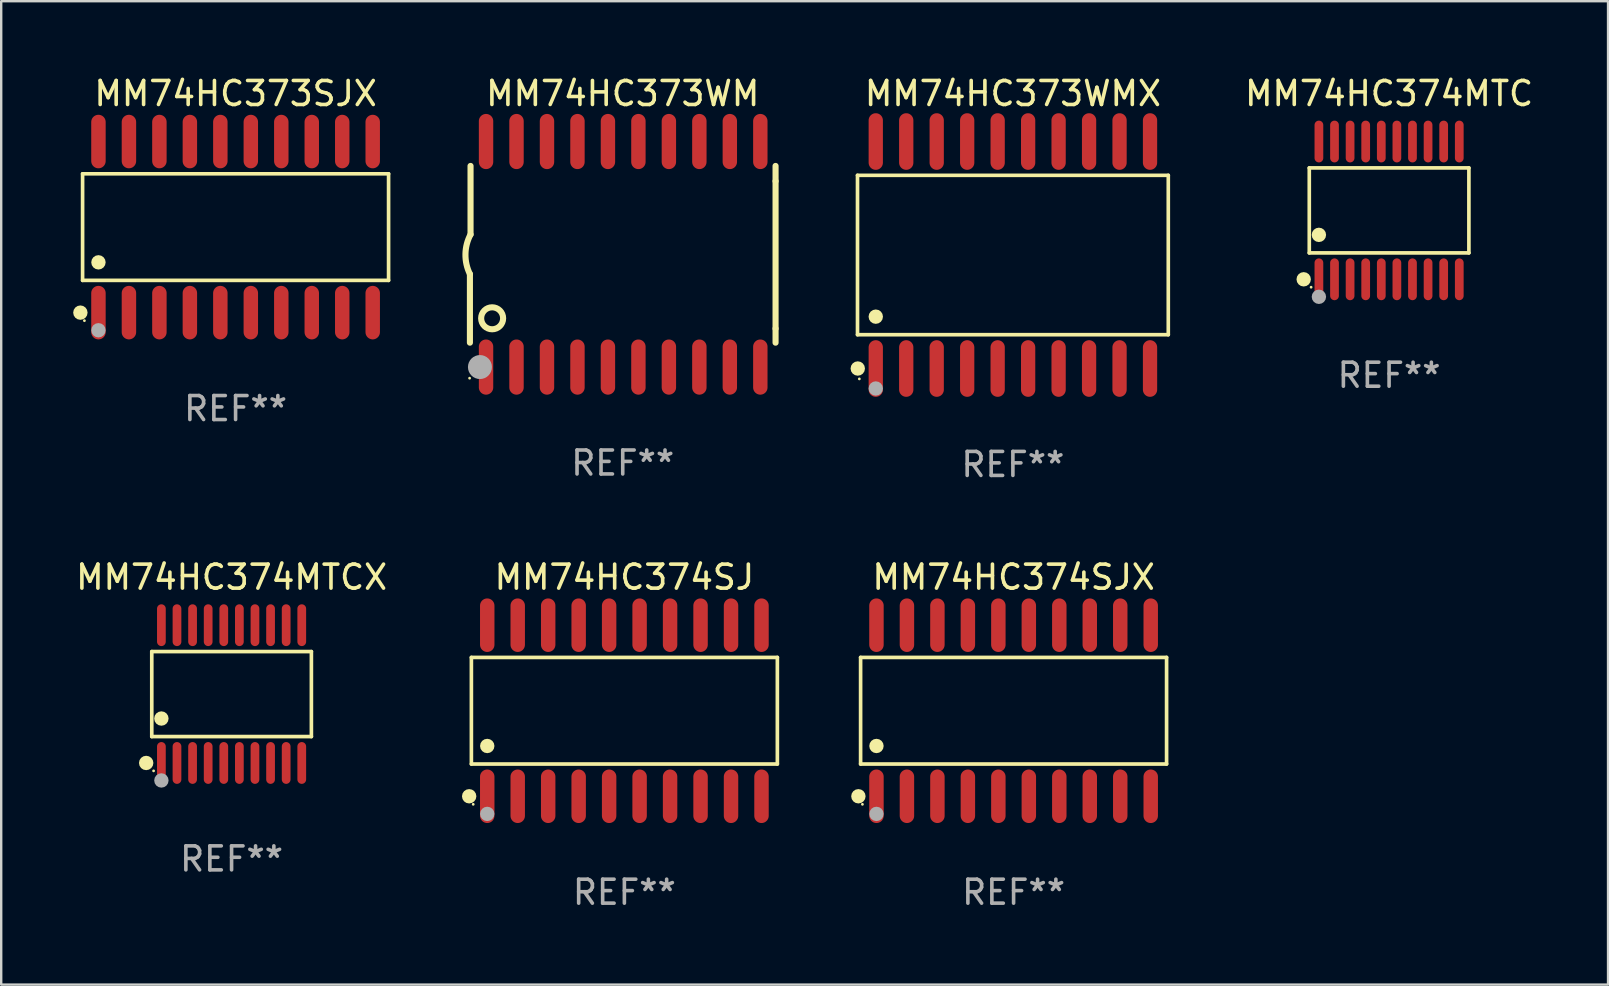
<source format=kicad_pcb>
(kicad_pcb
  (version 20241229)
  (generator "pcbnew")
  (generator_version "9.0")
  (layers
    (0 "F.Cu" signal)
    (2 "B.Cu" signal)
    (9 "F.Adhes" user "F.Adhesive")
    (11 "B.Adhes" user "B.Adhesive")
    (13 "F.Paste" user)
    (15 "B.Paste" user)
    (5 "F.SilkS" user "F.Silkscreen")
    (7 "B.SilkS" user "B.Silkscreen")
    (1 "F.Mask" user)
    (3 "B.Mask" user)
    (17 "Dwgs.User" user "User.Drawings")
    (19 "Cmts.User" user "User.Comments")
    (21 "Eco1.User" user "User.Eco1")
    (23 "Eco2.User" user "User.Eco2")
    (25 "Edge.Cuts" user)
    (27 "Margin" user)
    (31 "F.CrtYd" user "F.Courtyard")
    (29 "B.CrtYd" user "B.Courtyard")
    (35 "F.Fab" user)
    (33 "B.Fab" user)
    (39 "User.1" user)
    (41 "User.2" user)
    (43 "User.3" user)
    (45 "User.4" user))
  (footprint "MM74HC374MTCX"
    (layer "F.Cu")
    (at 6.601 25.876)
    (property "Reference" "MM74HC374MTCX" (at 0 -4.871 0) (layer "F.SilkS") (effects (font (size 1 1) (thickness 0.15))))
    (attr through_hole)
    (fp_line (start -3.326 -1.771) (end 3.326 -1.771) (stroke (width 0.152) (type solid)) (layer "F.SilkS"))
    (fp_line (start -3.326 1.771) (end -3.326 -1.771) (stroke (width 0.152) (type solid)) (layer "F.SilkS"))
    (fp_line (start 3.326 -1.771) (end 3.326 1.771) (stroke (width 0.152) (type solid)) (layer "F.SilkS"))
    (fp_line (start 3.326 1.771) (end -3.326 1.771) (stroke (width 0.152) (type solid)) (layer "F.SilkS"))
    (fp_circle (center -3.559 2.871) (end -3.409 2.871) (stroke (width 0.3) (type solid)) (fill no) (layer "F.SilkS"))
    (fp_circle (center -3.25 3.2) (end -3.22 3.2) (stroke (width 0.06) (type solid)) (fill no) (layer "F.SilkS"))
    (fp_circle (center -2.925 1.019) (end -2.775 1.019) (stroke (width 0.3) (type solid)) (fill no) (layer "F.SilkS"))
    (fp_circle (center -2.925 3.6) (end -2.775 3.6) (stroke (width 0.3) (type solid)) (fill no) (layer "F.Fab"))
    (fp_text user "REF**" (at 0 6.871 0) (layer "F.Fab") (effects (font (size 1 1) (thickness 0.15))))
    (pad "1" smd oval (at -2.925 2.871) (size 0.364 1.742) (layers "F.Cu" "F.Mask" "F.Paste"))
    (pad "2" smd oval (at -2.275 2.871) (size 0.364 1.742) (layers "F.Cu" "F.Mask" "F.Paste"))
    (pad "3" smd oval (at -1.625 2.871) (size 0.364 1.742) (layers "F.Cu" "F.Mask" "F.Paste"))
    (pad "4" smd oval (at -0.975 2.871) (size 0.364 1.742) (layers "F.Cu" "F.Mask" "F.Paste"))
    (pad "5" smd oval (at -0.325 2.871) (size 0.364 1.742) (layers "F.Cu" "F.Mask" "F.Paste"))
    (pad "6" smd oval (at 0.325 2.871) (size 0.364 1.742) (layers "F.Cu" "F.Mask" "F.Paste"))
    (pad "7" smd oval (at 0.975 2.871) (size 0.364 1.742) (layers "F.Cu" "F.Mask" "F.Paste"))
    (pad "8" smd oval (at 1.625 2.871) (size 0.364 1.742) (layers "F.Cu" "F.Mask" "F.Paste"))
    (pad "9" smd oval (at 2.275 2.871) (size 0.364 1.742) (layers "F.Cu" "F.Mask" "F.Paste"))
    (pad "10" smd oval (at 2.925 2.871) (size 0.364 1.742) (layers "F.Cu" "F.Mask" "F.Paste"))
    (pad "11" smd oval (at 2.925 -2.871) (size 0.364 1.742) (layers "F.Cu" "F.Mask" "F.Paste"))
    (pad "12" smd oval (at 2.275 -2.871) (size 0.364 1.742) (layers "F.Cu" "F.Mask" "F.Paste"))
    (pad "13" smd oval (at 1.625 -2.871) (size 0.364 1.742) (layers "F.Cu" "F.Mask" "F.Paste"))
    (pad "14" smd oval (at 0.975 -2.871) (size 0.364 1.742) (layers "F.Cu" "F.Mask" "F.Paste"))
    (pad "15" smd oval (at 0.325 -2.871) (size 0.364 1.742) (layers "F.Cu" "F.Mask" "F.Paste"))
    (pad "16" smd oval (at -0.325 -2.871) (size 0.364 1.742) (layers "F.Cu" "F.Mask" "F.Paste"))
    (pad "17" smd oval (at -0.975 -2.871) (size 0.364 1.742) (layers "F.Cu" "F.Mask" "F.Paste"))
    (pad "18" smd oval (at -1.625 -2.871) (size 0.364 1.742) (layers "F.Cu" "F.Mask" "F.Paste"))
    (pad "19" smd oval (at -2.275 -2.871) (size 0.364 1.742) (layers "F.Cu" "F.Mask" "F.Paste"))
    (pad "20" smd oval (at -2.925 -2.871) (size 0.364 1.742) (layers "F.Cu" "F.Mask" "F.Paste")))
  (footprint "MM74HC373WMX"
    (layer "F.Cu")
    (at 39.163 7.578)
    (property "Reference" "MM74HC373WMX" (at 0 -6.73 0) (layer "F.SilkS") (effects (font (size 1 1) (thickness 0.15))))
    (attr through_hole)
    (fp_line (start -6.476 -3.321) (end 6.476 -3.321) (stroke (width 0.152) (type solid)) (layer "F.SilkS"))
    (fp_line (start -6.476 3.321) (end -6.476 -3.321) (stroke (width 0.152) (type solid)) (layer "F.SilkS"))
    (fp_line (start 6.476 -3.321) (end 6.476 3.321) (stroke (width 0.152) (type solid)) (layer "F.SilkS"))
    (fp_line (start 6.476 3.321) (end -6.476 3.321) (stroke (width 0.152) (type solid)) (layer "F.SilkS"))
    (fp_circle (center -6.465 4.73) (end -6.315 4.73) (stroke (width 0.3) (type solid)) (fill no) (layer "F.SilkS"))
    (fp_circle (center -6.4 5.163) (end -6.37 5.163) (stroke (width 0.06) (type solid)) (fill no) (layer "F.SilkS"))
    (fp_circle (center -5.715 2.569) (end -5.565 2.569) (stroke (width 0.3) (type solid)) (fill no) (layer "F.SilkS"))
    (fp_circle (center -5.715 5.563) (end -5.565 5.563) (stroke (width 0.3) (type solid)) (fill no) (layer "F.Fab"))
    (fp_text user "REF**" (at 0 8.73 0) (layer "F.Fab") (effects (font (size 1 1) (thickness 0.15))))
    (pad "1" smd oval (at -5.715 4.73) (size 0.595 2.36) (layers "F.Cu" "F.Mask" "F.Paste"))
    (pad "2" smd oval (at -4.445 4.73) (size 0.595 2.36) (layers "F.Cu" "F.Mask" "F.Paste"))
    (pad "3" smd oval (at -3.175 4.73) (size 0.595 2.36) (layers "F.Cu" "F.Mask" "F.Paste"))
    (pad "4" smd oval (at -1.905 4.73) (size 0.595 2.36) (layers "F.Cu" "F.Mask" "F.Paste"))
    (pad "5" smd oval (at -0.635 4.73) (size 0.595 2.36) (layers "F.Cu" "F.Mask" "F.Paste"))
    (pad "6" smd oval (at 0.635 4.73) (size 0.595 2.36) (layers "F.Cu" "F.Mask" "F.Paste"))
    (pad "7" smd oval (at 1.905 4.73) (size 0.595 2.36) (layers "F.Cu" "F.Mask" "F.Paste"))
    (pad "8" smd oval (at 3.175 4.73) (size 0.595 2.36) (layers "F.Cu" "F.Mask" "F.Paste"))
    (pad "9" smd oval (at 4.445 4.73) (size 0.595 2.36) (layers "F.Cu" "F.Mask" "F.Paste"))
    (pad "10" smd oval (at 5.715 4.73) (size 0.595 2.36) (layers "F.Cu" "F.Mask" "F.Paste"))
    (pad "11" smd oval (at 5.715 -4.73) (size 0.595 2.36) (layers "F.Cu" "F.Mask" "F.Paste"))
    (pad "12" smd oval (at 4.445 -4.73) (size 0.595 2.36) (layers "F.Cu" "F.Mask" "F.Paste"))
    (pad "13" smd oval (at 3.175 -4.73) (size 0.595 2.36) (layers "F.Cu" "F.Mask" "F.Paste"))
    (pad "14" smd oval (at 1.905 -4.73) (size 0.595 2.36) (layers "F.Cu" "F.Mask" "F.Paste"))
    (pad "15" smd oval (at 0.635 -4.73) (size 0.595 2.36) (layers "F.Cu" "F.Mask" "F.Paste"))
    (pad "16" smd oval (at -0.635 -4.73) (size 0.595 2.36) (layers "F.Cu" "F.Mask" "F.Paste"))
    (pad "17" smd oval (at -1.905 -4.73) (size 0.595 2.36) (layers "F.Cu" "F.Mask" "F.Paste"))
    (pad "18" smd oval (at -3.175 -4.73) (size 0.595 2.36) (layers "F.Cu" "F.Mask" "F.Paste"))
    (pad "19" smd oval (at -4.445 -4.73) (size 0.595 2.36) (layers "F.Cu" "F.Mask" "F.Paste"))
    (pad "20" smd oval (at -5.715 -4.73) (size 0.595 2.36) (layers "F.Cu" "F.Mask" "F.Paste")))
  (footprint "MM74HC373WM"
    (layer "F.Cu")
    (at 22.903 7.548)
    (property "Reference" "MM74HC373WM" (at 0 -6.7 0) (layer "F.SilkS") (effects (font (size 1 1) (thickness 0.15))))
    (attr through_hole)
    (fp_line (start -6.369 0.826) (end -6.369 3.683) (stroke (width 0.254) (type solid)) (layer "F.SilkS"))
    (fp_line (start -6.343 -0.825) (end -6.343 -3.683) (stroke (width 0.254) (type solid)) (layer "F.SilkS"))
    (fp_line (start 6.369 -3.048) (end 6.369 -3.683) (stroke (width 0.254) (type solid)) (layer "F.SilkS"))
    (fp_line (start 6.369 -3.048) (end 6.369 3.096) (stroke (width 0.254) (type solid)) (layer "F.SilkS"))
    (fp_line (start 6.369 3.096) (end 6.369 3.683) (stroke (width 0.254) (type solid)) (layer "F.SilkS"))
    (fp_arc (start -6.36853 0.825552) (mid -6.554743 -0.00301) (end -6.343129 -0.825451) (stroke (width 0.254001) (type solid)) (layer "F.SilkS"))
    (fp_circle (center -6.382 5.163) (end -6.352 5.163) (stroke (width 0.06) (type solid)) (fill no) (layer "F.SilkS"))
    (fp_circle (center -5.443 2.667) (end -4.985 2.667) (stroke (width 0.254) (type solid)) (fill no) (layer "F.SilkS"))
    (fp_circle (center -5.951 4.699) (end -5.701 4.699) (stroke (width 0.5) (type solid)) (fill no) (layer "F.Fab"))
    (fp_text user "REF**" (at 0 8.7 0) (layer "F.Fab") (effects (font (size 1 1) (thickness 0.15))))
    (pad "1" smd oval (at -5.697 4.7 180) (size 0.6 2.3) (layers "F.Cu" "F.Mask" "F.Paste"))
    (pad "2" smd oval (at -4.427 4.7 180) (size 0.6 2.3) (layers "F.Cu" "F.Mask" "F.Paste"))
    (pad "3" smd oval (at -3.157 4.7 180) (size 0.6 2.3) (layers "F.Cu" "F.Mask" "F.Paste"))
    (pad "4" smd oval (at -1.887 4.7 180) (size 0.6 2.3) (layers "F.Cu" "F.Mask" "F.Paste"))
    (pad "5" smd oval (at -0.617 4.7 180) (size 0.6 2.3) (layers "F.Cu" "F.Mask" "F.Paste"))
    (pad "6" smd oval (at 0.653 4.7 180) (size 0.6 2.3) (layers "F.Cu" "F.Mask" "F.Paste"))
    (pad "7" smd oval (at 1.923 4.7 180) (size 0.6 2.3) (layers "F.Cu" "F.Mask" "F.Paste"))
    (pad "8" smd oval (at 3.193 4.7 180) (size 0.6 2.3) (layers "F.Cu" "F.Mask" "F.Paste"))
    (pad "9" smd oval (at 4.463 4.7 180) (size 0.6 2.3) (layers "F.Cu" "F.Mask" "F.Paste"))
    (pad "10" smd oval (at 5.734 4.7 180) (size 0.6 2.3) (layers "F.Cu" "F.Mask" "F.Paste"))
    (pad "11" smd oval (at 5.734 -4.7 180) (size 0.6 2.3) (layers "F.Cu" "F.Mask" "F.Paste"))
    (pad "12" smd oval (at 4.463 -4.7 180) (size 0.6 2.3) (layers "F.Cu" "F.Mask" "F.Paste"))
    (pad "13" smd oval (at 3.193 -4.7 180) (size 0.6 2.3) (layers "F.Cu" "F.Mask" "F.Paste"))
    (pad "14" smd oval (at 1.923 -4.7 180) (size 0.6 2.3) (layers "F.Cu" "F.Mask" "F.Paste"))
    (pad "15" smd oval (at 0.653 -4.7 180) (size 0.6 2.3) (layers "F.Cu" "F.Mask" "F.Paste"))
    (pad "16" smd oval (at -0.617 -4.7 180) (size 0.6 2.3) (layers "F.Cu" "F.Mask" "F.Paste"))
    (pad "17" smd oval (at -1.887 -4.7 180) (size 0.6 2.3) (layers "F.Cu" "F.Mask" "F.Paste"))
    (pad "18" smd oval (at -3.157 -4.7 180) (size 0.6 2.3) (layers "F.Cu" "F.Mask" "F.Paste"))
    (pad "19" smd oval (at -4.427 -4.7 180) (size 0.6 2.3) (layers "F.Cu" "F.Mask" "F.Paste"))
    (pad "20" smd oval (at -5.697 -4.7 180) (size 0.6 2.3) (layers "F.Cu" "F.Mask" "F.Paste")))
  (footprint "MM74HC374SJ"
    (layer "F.Cu")
    (at 22.971 26.57)
    (property "Reference" "MM74HC374SJ" (at 0 -5.565 0) (layer "F.SilkS") (effects (font (size 1 1) (thickness 0.15))))
    (attr through_hole)
    (fp_line (start -6.376 -2.221) (end 6.376 -2.221) (stroke (width 0.152) (type solid)) (layer "F.SilkS"))
    (fp_line (start -6.376 2.221) (end -6.376 -2.221) (stroke (width 0.152) (type solid)) (layer "F.SilkS"))
    (fp_line (start 6.376 -2.221) (end 6.376 2.221) (stroke (width 0.152) (type solid)) (layer "F.SilkS"))
    (fp_line (start 6.376 2.221) (end -6.376 2.221) (stroke (width 0.152) (type solid)) (layer "F.SilkS"))
    (fp_circle (center -6.468 3.565) (end -6.318 3.565) (stroke (width 0.3) (type solid)) (fill no) (layer "F.SilkS"))
    (fp_circle (center -6.3 3.9) (end -6.27 3.9) (stroke (width 0.06) (type solid)) (fill no) (layer "F.SilkS"))
    (fp_circle (center -5.715 1.469) (end -5.565 1.469) (stroke (width 0.3) (type solid)) (fill no) (layer "F.SilkS"))
    (fp_circle (center -5.715 4.3) (end -5.565 4.3) (stroke (width 0.3) (type solid)) (fill no) (layer "F.Fab"))
    (fp_text user "REF**" (at 0 7.565 0) (layer "F.Fab") (effects (font (size 1 1) (thickness 0.15))))
    (pad "1" smd oval (at -5.715 3.565) (size 0.602 2.231) (layers "F.Cu" "F.Mask" "F.Paste"))
    (pad "2" smd oval (at -4.445 3.565) (size 0.602 2.231) (layers "F.Cu" "F.Mask" "F.Paste"))
    (pad "3" smd oval (at -3.175 3.565) (size 0.602 2.231) (layers "F.Cu" "F.Mask" "F.Paste"))
    (pad "4" smd oval (at -1.905 3.565) (size 0.602 2.231) (layers "F.Cu" "F.Mask" "F.Paste"))
    (pad "5" smd oval (at -0.635 3.565) (size 0.602 2.231) (layers "F.Cu" "F.Mask" "F.Paste"))
    (pad "6" smd oval (at 0.635 3.565) (size 0.602 2.231) (layers "F.Cu" "F.Mask" "F.Paste"))
    (pad "7" smd oval (at 1.905 3.565) (size 0.602 2.231) (layers "F.Cu" "F.Mask" "F.Paste"))
    (pad "8" smd oval (at 3.175 3.565) (size 0.602 2.231) (layers "F.Cu" "F.Mask" "F.Paste"))
    (pad "9" smd oval (at 4.445 3.565) (size 0.602 2.231) (layers "F.Cu" "F.Mask" "F.Paste"))
    (pad "10" smd oval (at 5.715 3.565) (size 0.602 2.231) (layers "F.Cu" "F.Mask" "F.Paste"))
    (pad "11" smd oval (at 5.715 -3.565) (size 0.602 2.231) (layers "F.Cu" "F.Mask" "F.Paste"))
    (pad "12" smd oval (at 4.445 -3.565) (size 0.602 2.231) (layers "F.Cu" "F.Mask" "F.Paste"))
    (pad "13" smd oval (at 3.175 -3.565) (size 0.602 2.231) (layers "F.Cu" "F.Mask" "F.Paste"))
    (pad "14" smd oval (at 1.905 -3.565) (size 0.602 2.231) (layers "F.Cu" "F.Mask" "F.Paste"))
    (pad "15" smd oval (at 0.635 -3.565) (size 0.602 2.231) (layers "F.Cu" "F.Mask" "F.Paste"))
    (pad "16" smd oval (at -0.635 -3.565) (size 0.602 2.231) (layers "F.Cu" "F.Mask" "F.Paste"))
    (pad "17" smd oval (at -1.905 -3.565) (size 0.602 2.231) (layers "F.Cu" "F.Mask" "F.Paste"))
    (pad "18" smd oval (at -3.175 -3.565) (size 0.602 2.231) (layers "F.Cu" "F.Mask" "F.Paste"))
    (pad "19" smd oval (at -4.445 -3.565) (size 0.602 2.231) (layers "F.Cu" "F.Mask" "F.Paste"))
    (pad "20" smd oval (at -5.715 -3.565) (size 0.602 2.231) (layers "F.Cu" "F.Mask" "F.Paste")))
  (footprint "MM74HC374MTC"
    (layer "F.Cu")
    (at 54.841 5.719)
    (property "Reference" "MM74HC374MTC" (at 0 -4.871 0) (layer "F.SilkS") (effects (font (size 1 1) (thickness 0.15))))
    (attr through_hole)
    (fp_line (start -3.326 -1.771) (end 3.326 -1.771) (stroke (width 0.152) (type solid)) (layer "F.SilkS"))
    (fp_line (start -3.326 1.771) (end -3.326 -1.771) (stroke (width 0.152) (type solid)) (layer "F.SilkS"))
    (fp_line (start 3.326 -1.771) (end 3.326 1.771) (stroke (width 0.152) (type solid)) (layer "F.SilkS"))
    (fp_line (start 3.326 1.771) (end -3.326 1.771) (stroke (width 0.152) (type solid)) (layer "F.SilkS"))
    (fp_circle (center -3.559 2.871) (end -3.409 2.871) (stroke (width 0.3) (type solid)) (fill no) (layer "F.SilkS"))
    (fp_circle (center -3.25 3.2) (end -3.22 3.2) (stroke (width 0.06) (type solid)) (fill no) (layer "F.SilkS"))
    (fp_circle (center -2.925 1.019) (end -2.775 1.019) (stroke (width 0.3) (type solid)) (fill no) (layer "F.SilkS"))
    (fp_circle (center -2.925 3.6) (end -2.775 3.6) (stroke (width 0.3) (type solid)) (fill no) (layer "F.Fab"))
    (fp_text user "REF**" (at 0 6.871 0) (layer "F.Fab") (effects (font (size 1 1) (thickness 0.15))))
    (pad "1" smd oval (at -2.925 2.871) (size 0.364 1.742) (layers "F.Cu" "F.Mask" "F.Paste"))
    (pad "2" smd oval (at -2.275 2.871) (size 0.364 1.742) (layers "F.Cu" "F.Mask" "F.Paste"))
    (pad "3" smd oval (at -1.625 2.871) (size 0.364 1.742) (layers "F.Cu" "F.Mask" "F.Paste"))
    (pad "4" smd oval (at -0.975 2.871) (size 0.364 1.742) (layers "F.Cu" "F.Mask" "F.Paste"))
    (pad "5" smd oval (at -0.325 2.871) (size 0.364 1.742) (layers "F.Cu" "F.Mask" "F.Paste"))
    (pad "6" smd oval (at 0.325 2.871) (size 0.364 1.742) (layers "F.Cu" "F.Mask" "F.Paste"))
    (pad "7" smd oval (at 0.975 2.871) (size 0.364 1.742) (layers "F.Cu" "F.Mask" "F.Paste"))
    (pad "8" smd oval (at 1.625 2.871) (size 0.364 1.742) (layers "F.Cu" "F.Mask" "F.Paste"))
    (pad "9" smd oval (at 2.275 2.871) (size 0.364 1.742) (layers "F.Cu" "F.Mask" "F.Paste"))
    (pad "10" smd oval (at 2.925 2.871) (size 0.364 1.742) (layers "F.Cu" "F.Mask" "F.Paste"))
    (pad "11" smd oval (at 2.925 -2.871) (size 0.364 1.742) (layers "F.Cu" "F.Mask" "F.Paste"))
    (pad "12" smd oval (at 2.275 -2.871) (size 0.364 1.742) (layers "F.Cu" "F.Mask" "F.Paste"))
    (pad "13" smd oval (at 1.625 -2.871) (size 0.364 1.742) (layers "F.Cu" "F.Mask" "F.Paste"))
    (pad "14" smd oval (at 0.975 -2.871) (size 0.364 1.742) (layers "F.Cu" "F.Mask" "F.Paste"))
    (pad "15" smd oval (at 0.325 -2.871) (size 0.364 1.742) (layers "F.Cu" "F.Mask" "F.Paste"))
    (pad "16" smd oval (at -0.325 -2.871) (size 0.364 1.742) (layers "F.Cu" "F.Mask" "F.Paste"))
    (pad "17" smd oval (at -0.975 -2.871) (size 0.364 1.742) (layers "F.Cu" "F.Mask" "F.Paste"))
    (pad "18" smd oval (at -1.625 -2.871) (size 0.364 1.742) (layers "F.Cu" "F.Mask" "F.Paste"))
    (pad "19" smd oval (at -2.275 -2.871) (size 0.364 1.742) (layers "F.Cu" "F.Mask" "F.Paste"))
    (pad "20" smd oval (at -2.925 -2.871) (size 0.364 1.742) (layers "F.Cu" "F.Mask" "F.Paste")))
  (footprint "MM74HC374SJX"
    (layer "F.Cu")
    (at 39.192 26.57)
    (property "Reference" "MM74HC374SJX" (at 0 -5.565 0) (layer "F.SilkS") (effects (font (size 1 1) (thickness 0.15))))
    (attr through_hole)
    (fp_line (start -6.376 -2.221) (end 6.376 -2.221) (stroke (width 0.152) (type solid)) (layer "F.SilkS"))
    (fp_line (start -6.376 2.221) (end -6.376 -2.221) (stroke (width 0.152) (type solid)) (layer "F.SilkS"))
    (fp_line (start 6.376 -2.221) (end 6.376 2.221) (stroke (width 0.152) (type solid)) (layer "F.SilkS"))
    (fp_line (start 6.376 2.221) (end -6.376 2.221) (stroke (width 0.152) (type solid)) (layer "F.SilkS"))
    (fp_circle (center -6.468 3.565) (end -6.318 3.565) (stroke (width 0.3) (type solid)) (fill no) (layer "F.SilkS"))
    (fp_circle (center -6.3 3.9) (end -6.27 3.9) (stroke (width 0.06) (type solid)) (fill no) (layer "F.SilkS"))
    (fp_circle (center -5.715 1.469) (end -5.565 1.469) (stroke (width 0.3) (type solid)) (fill no) (layer "F.SilkS"))
    (fp_circle (center -5.715 4.3) (end -5.565 4.3) (stroke (width 0.3) (type solid)) (fill no) (layer "F.Fab"))
    (fp_text user "REF**" (at 0 7.565 0) (layer "F.Fab") (effects (font (size 1 1) (thickness 0.15))))
    (pad "1" smd oval (at -5.715 3.565) (size 0.602 2.231) (layers "F.Cu" "F.Mask" "F.Paste"))
    (pad "2" smd oval (at -4.445 3.565) (size 0.602 2.231) (layers "F.Cu" "F.Mask" "F.Paste"))
    (pad "3" smd oval (at -3.175 3.565) (size 0.602 2.231) (layers "F.Cu" "F.Mask" "F.Paste"))
    (pad "4" smd oval (at -1.905 3.565) (size 0.602 2.231) (layers "F.Cu" "F.Mask" "F.Paste"))
    (pad "5" smd oval (at -0.635 3.565) (size 0.602 2.231) (layers "F.Cu" "F.Mask" "F.Paste"))
    (pad "6" smd oval (at 0.635 3.565) (size 0.602 2.231) (layers "F.Cu" "F.Mask" "F.Paste"))
    (pad "7" smd oval (at 1.905 3.565) (size 0.602 2.231) (layers "F.Cu" "F.Mask" "F.Paste"))
    (pad "8" smd oval (at 3.175 3.565) (size 0.602 2.231) (layers "F.Cu" "F.Mask" "F.Paste"))
    (pad "9" smd oval (at 4.445 3.565) (size 0.602 2.231) (layers "F.Cu" "F.Mask" "F.Paste"))
    (pad "10" smd oval (at 5.715 3.565) (size 0.602 2.231) (layers "F.Cu" "F.Mask" "F.Paste"))
    (pad "11" smd oval (at 5.715 -3.565) (size 0.602 2.231) (layers "F.Cu" "F.Mask" "F.Paste"))
    (pad "12" smd oval (at 4.445 -3.565) (size 0.602 2.231) (layers "F.Cu" "F.Mask" "F.Paste"))
    (pad "13" smd oval (at 3.175 -3.565) (size 0.602 2.231) (layers "F.Cu" "F.Mask" "F.Paste"))
    (pad "14" smd oval (at 1.905 -3.565) (size 0.602 2.231) (layers "F.Cu" "F.Mask" "F.Paste"))
    (pad "15" smd oval (at 0.635 -3.565) (size 0.602 2.231) (layers "F.Cu" "F.Mask" "F.Paste"))
    (pad "16" smd oval (at -0.635 -3.565) (size 0.602 2.231) (layers "F.Cu" "F.Mask" "F.Paste"))
    (pad "17" smd oval (at -1.905 -3.565) (size 0.602 2.231) (layers "F.Cu" "F.Mask" "F.Paste"))
    (pad "18" smd oval (at -3.175 -3.565) (size 0.602 2.231) (layers "F.Cu" "F.Mask" "F.Paste"))
    (pad "19" smd oval (at -4.445 -3.565) (size 0.602 2.231) (layers "F.Cu" "F.Mask" "F.Paste"))
    (pad "20" smd oval (at -5.715 -3.565) (size 0.602 2.231) (layers "F.Cu" "F.Mask" "F.Paste")))
  (footprint "MM74HC373SJX"
    (layer "F.Cu")
    (at 6.768 6.414)
    (property "Reference" "MM74HC373SJX" (at 0 -5.565 0) (layer "F.SilkS") (effects (font (size 1 1) (thickness 0.15))))
    (attr through_hole)
    (fp_line (start -6.376 -2.221) (end 6.376 -2.221) (stroke (width 0.152) (type solid)) (layer "F.SilkS"))
    (fp_line (start -6.376 2.221) (end -6.376 -2.221) (stroke (width 0.152) (type solid)) (layer "F.SilkS"))
    (fp_line (start 6.376 -2.221) (end 6.376 2.221) (stroke (width 0.152) (type solid)) (layer "F.SilkS"))
    (fp_line (start 6.376 2.221) (end -6.376 2.221) (stroke (width 0.152) (type solid)) (layer "F.SilkS"))
    (fp_circle (center -6.468 3.565) (end -6.318 3.565) (stroke (width 0.3) (type solid)) (fill no) (layer "F.SilkS"))
    (fp_circle (center -6.3 3.9) (end -6.27 3.9) (stroke (width 0.06) (type solid)) (fill no) (layer "F.SilkS"))
    (fp_circle (center -5.715 1.469) (end -5.565 1.469) (stroke (width 0.3) (type solid)) (fill no) (layer "F.SilkS"))
    (fp_circle (center -5.715 4.3) (end -5.565 4.3) (stroke (width 0.3) (type solid)) (fill no) (layer "F.Fab"))
    (fp_text user "REF**" (at 0 7.565 0) (layer "F.Fab") (effects (font (size 1 1) (thickness 0.15))))
    (pad "1" smd oval (at -5.715 3.565) (size 0.602 2.231) (layers "F.Cu" "F.Mask" "F.Paste"))
    (pad "2" smd oval (at -4.445 3.565) (size 0.602 2.231) (layers "F.Cu" "F.Mask" "F.Paste"))
    (pad "3" smd oval (at -3.175 3.565) (size 0.602 2.231) (layers "F.Cu" "F.Mask" "F.Paste"))
    (pad "4" smd oval (at -1.905 3.565) (size 0.602 2.231) (layers "F.Cu" "F.Mask" "F.Paste"))
    (pad "5" smd oval (at -0.635 3.565) (size 0.602 2.231) (layers "F.Cu" "F.Mask" "F.Paste"))
    (pad "6" smd oval (at 0.635 3.565) (size 0.602 2.231) (layers "F.Cu" "F.Mask" "F.Paste"))
    (pad "7" smd oval (at 1.905 3.565) (size 0.602 2.231) (layers "F.Cu" "F.Mask" "F.Paste"))
    (pad "8" smd oval (at 3.175 3.565) (size 0.602 2.231) (layers "F.Cu" "F.Mask" "F.Paste"))
    (pad "9" smd oval (at 4.445 3.565) (size 0.602 2.231) (layers "F.Cu" "F.Mask" "F.Paste"))
    (pad "10" smd oval (at 5.715 3.565) (size 0.602 2.231) (layers "F.Cu" "F.Mask" "F.Paste"))
    (pad "11" smd oval (at 5.715 -3.565) (size 0.602 2.231) (layers "F.Cu" "F.Mask" "F.Paste"))
    (pad "12" smd oval (at 4.445 -3.565) (size 0.602 2.231) (layers "F.Cu" "F.Mask" "F.Paste"))
    (pad "13" smd oval (at 3.175 -3.565) (size 0.602 2.231) (layers "F.Cu" "F.Mask" "F.Paste"))
    (pad "14" smd oval (at 1.905 -3.565) (size 0.602 2.231) (layers "F.Cu" "F.Mask" "F.Paste"))
    (pad "15" smd oval (at 0.635 -3.565) (size 0.602 2.231) (layers "F.Cu" "F.Mask" "F.Paste"))
    (pad "16" smd oval (at -0.635 -3.565) (size 0.602 2.231) (layers "F.Cu" "F.Mask" "F.Paste"))
    (pad "17" smd oval (at -1.905 -3.565) (size 0.602 2.231) (layers "F.Cu" "F.Mask" "F.Paste"))
    (pad "18" smd oval (at -3.175 -3.565) (size 0.602 2.231) (layers "F.Cu" "F.Mask" "F.Paste"))
    (pad "19" smd oval (at -4.445 -3.565) (size 0.602 2.231) (layers "F.Cu" "F.Mask" "F.Paste"))
    (pad "20" smd oval (at -5.715 -3.565) (size 0.602 2.231) (layers "F.Cu" "F.Mask" "F.Paste")))
  (gr_rect
    (start -3 -3)
    (end 63.966 37.984)
    (stroke (width 0.1) (type default))
    (fill no)
    (layer "Edge.Cuts")))
</source>
